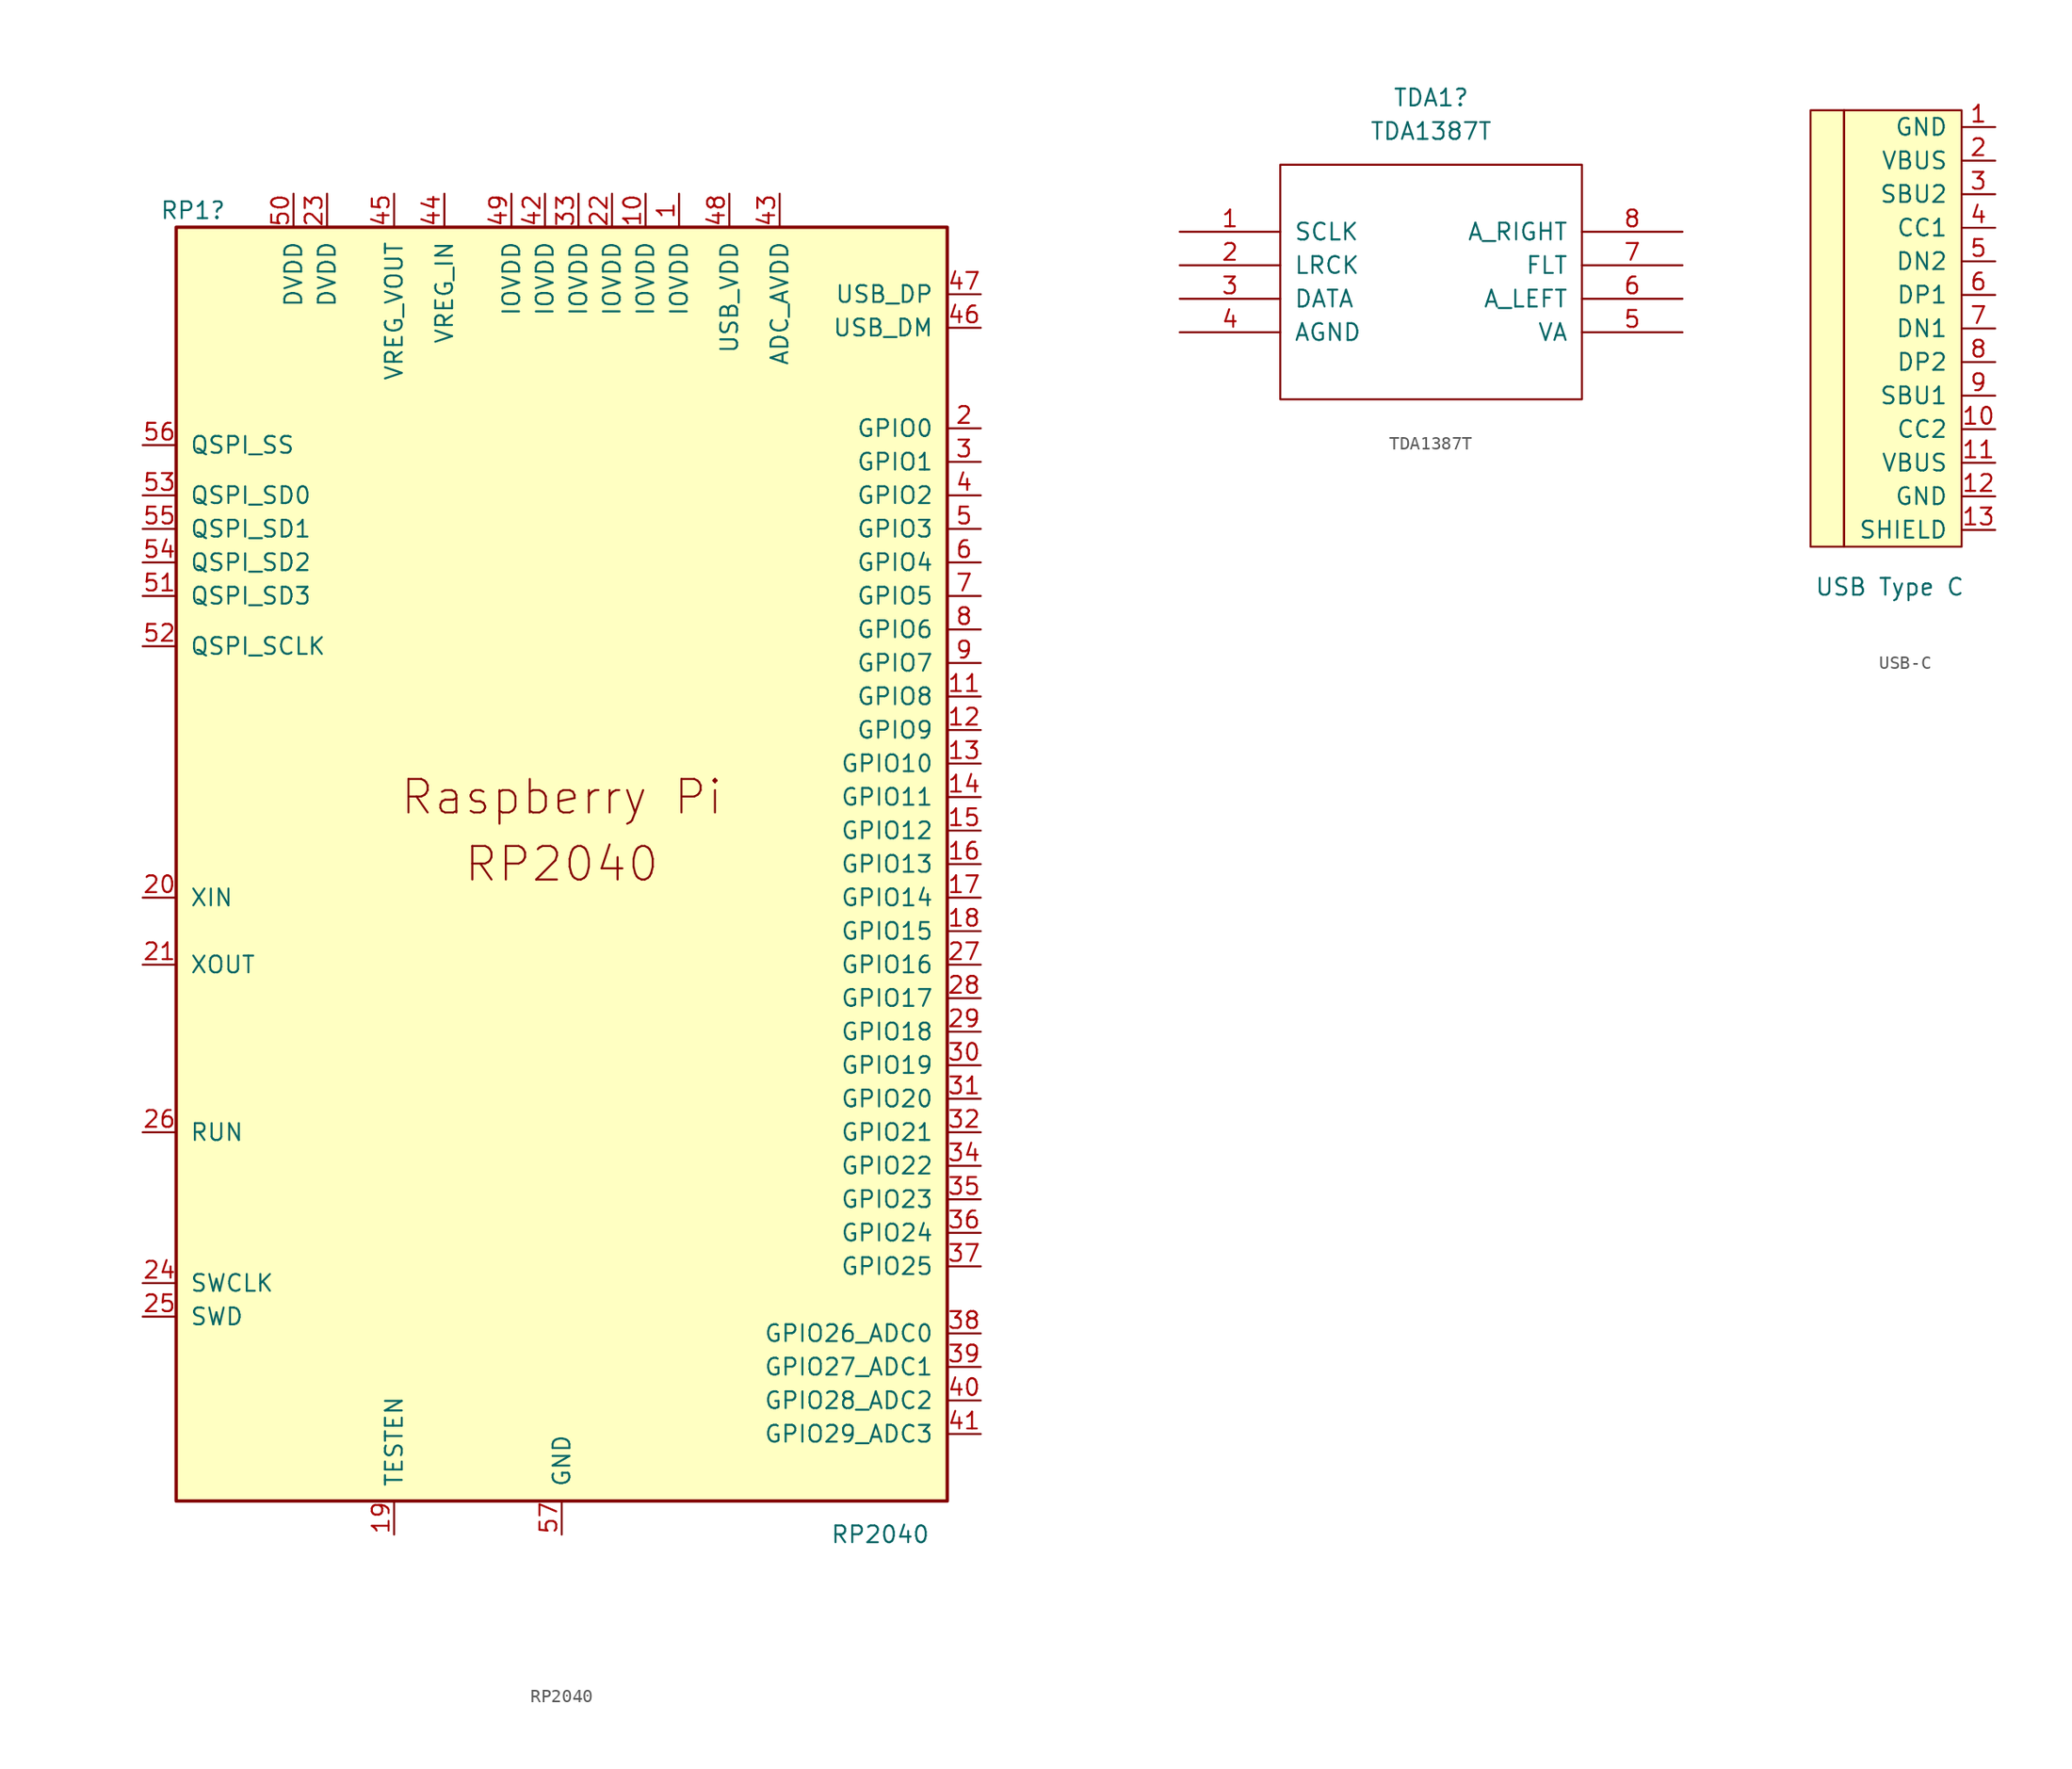
<source format=kicad_sym>
(kicad_symbol_lib
  (version 20231120)
  (generator "kicad_symbol_editor")
  (generator_version "8.0")
  (symbol "RP2040"
    (pin_names
      (offset 1.016))
    (property "Reference" "RP1"
      (at -27.94 49.53 0)
      (effects (font (size 1.27 1.27))))
    (property "Value" "RP2040"
      (at 24.13 -50.8 0)
      (effects (font (size 1.27 1.27))))
    (symbol "RP2040_0_0"
      (text "Raspberry Pi" (at 0 5.08 0) (effects (font (size 2.54 2.54))))
      (text "RP2040" (at 0 0 0) (effects (font (size 2.54 2.54)))))
    (symbol "RP2040_0_1"
      (rectangle (start 29.21 48.26) (end -29.21 -48.26) (stroke (width 0.254) (type solid)) (fill (type background))))
    (symbol "RP2040_1_1"
      (pin power_in line (at 8.89 50.8 270) (length 2.54) (name "IOVDD" (effects (font (size 1.27 1.27)))) (number "1" (effects (font (size 1.27 1.27)))))
      (pin power_in line (at 6.35 50.8 270) (length 2.54) (name "IOVDD" (effects (font (size 1.27 1.27)))) (number "10" (effects (font (size 1.27 1.27)))))
      (pin bidirectional line (at 31.75 12.7 180) (length 2.54) (name "GPIO8" (effects (font (size 1.27 1.27)))) (number "11" (effects (font (size 1.27 1.27)))))
      (pin bidirectional line (at 31.75 10.16 180) (length 2.54) (name "GPIO9" (effects (font (size 1.27 1.27)))) (number "12" (effects (font (size 1.27 1.27)))))
      (pin bidirectional line (at 31.75 7.62 180) (length 2.54) (name "GPIO10" (effects (font (size 1.27 1.27)))) (number "13" (effects (font (size 1.27 1.27)))))
      (pin bidirectional line (at 31.75 5.08 180) (length 2.54) (name "GPIO11" (effects (font (size 1.27 1.27)))) (number "14" (effects (font (size 1.27 1.27)))))
      (pin bidirectional line (at 31.75 2.54 180) (length 2.54) (name "GPIO12" (effects (font (size 1.27 1.27)))) (number "15" (effects (font (size 1.27 1.27)))))
      (pin bidirectional line (at 31.75 0 180) (length 2.54) (name "GPIO13" (effects (font (size 1.27 1.27)))) (number "16" (effects (font (size 1.27 1.27)))))
      (pin bidirectional line (at 31.75 -2.54 180) (length 2.54) (name "GPIO14" (effects (font (size 1.27 1.27)))) (number "17" (effects (font (size 1.27 1.27)))))
      (pin bidirectional line (at 31.75 -5.08 180) (length 2.54) (name "GPIO15" (effects (font (size 1.27 1.27)))) (number "18" (effects (font (size 1.27 1.27)))))
      (pin passive line (at -12.7 -50.8 90) (length 2.54) (name "TESTEN" (effects (font (size 1.27 1.27)))) (number "19" (effects (font (size 1.27 1.27)))))
      (pin bidirectional line (at 31.75 33.02 180) (length 2.54) (name "GPIO0" (effects (font (size 1.27 1.27)))) (number "2" (effects (font (size 1.27 1.27)))))
      (pin input line (at -31.75 -2.54 0) (length 2.54) (name "XIN" (effects (font (size 1.27 1.27)))) (number "20" (effects (font (size 1.27 1.27)))))
      (pin passive line (at -31.75 -7.62 0) (length 2.54) (name "XOUT" (effects (font (size 1.27 1.27)))) (number "21" (effects (font (size 1.27 1.27)))))
      (pin power_in line (at 3.81 50.8 270) (length 2.54) (name "IOVDD" (effects (font (size 1.27 1.27)))) (number "22" (effects (font (size 1.27 1.27)))))
      (pin power_in line (at -17.78 50.8 270) (length 2.54) (name "DVDD" (effects (font (size 1.27 1.27)))) (number "23" (effects (font (size 1.27 1.27)))))
      (pin output line (at -31.75 -31.75 0) (length 2.54) (name "SWCLK" (effects (font (size 1.27 1.27)))) (number "24" (effects (font (size 1.27 1.27)))))
      (pin bidirectional line (at -31.75 -34.29 0) (length 2.54) (name "SWD" (effects (font (size 1.27 1.27)))) (number "25" (effects (font (size 1.27 1.27)))))
      (pin input line (at -31.75 -20.32 0) (length 2.54) (name "RUN" (effects (font (size 1.27 1.27)))) (number "26" (effects (font (size 1.27 1.27)))))
      (pin bidirectional line (at 31.75 -7.62 180) (length 2.54) (name "GPIO16" (effects (font (size 1.27 1.27)))) (number "27" (effects (font (size 1.27 1.27)))))
      (pin bidirectional line (at 31.75 -10.16 180) (length 2.54) (name "GPIO17" (effects (font (size 1.27 1.27)))) (number "28" (effects (font (size 1.27 1.27)))))
      (pin bidirectional line (at 31.75 -12.7 180) (length 2.54) (name "GPIO18" (effects (font (size 1.27 1.27)))) (number "29" (effects (font (size 1.27 1.27)))))
      (pin bidirectional line (at 31.75 30.48 180) (length 2.54) (name "GPIO1" (effects (font (size 1.27 1.27)))) (number "3" (effects (font (size 1.27 1.27)))))
      (pin bidirectional line (at 31.75 -15.24 180) (length 2.54) (name "GPIO19" (effects (font (size 1.27 1.27)))) (number "30" (effects (font (size 1.27 1.27)))))
      (pin bidirectional line (at 31.75 -17.78 180) (length 2.54) (name "GPIO20" (effects (font (size 1.27 1.27)))) (number "31" (effects (font (size 1.27 1.27)))))
      (pin bidirectional line (at 31.75 -20.32 180) (length 2.54) (name "GPIO21" (effects (font (size 1.27 1.27)))) (number "32" (effects (font (size 1.27 1.27)))))
      (pin power_in line (at 1.27 50.8 270) (length 2.54) (name "IOVDD" (effects (font (size 1.27 1.27)))) (number "33" (effects (font (size 1.27 1.27)))))
      (pin bidirectional line (at 31.75 -22.86 180) (length 2.54) (name "GPIO22" (effects (font (size 1.27 1.27)))) (number "34" (effects (font (size 1.27 1.27)))))
      (pin bidirectional line (at 31.75 -25.4 180) (length 2.54) (name "GPIO23" (effects (font (size 1.27 1.27)))) (number "35" (effects (font (size 1.27 1.27)))))
      (pin bidirectional line (at 31.75 -27.94 180) (length 2.54) (name "GPIO24" (effects (font (size 1.27 1.27)))) (number "36" (effects (font (size 1.27 1.27)))))
      (pin bidirectional line (at 31.75 -30.48 180) (length 2.54) (name "GPIO25" (effects (font (size 1.27 1.27)))) (number "37" (effects (font (size 1.27 1.27)))))
      (pin bidirectional line (at 31.75 -35.56 180) (length 2.54) (name "GPIO26_ADC0" (effects (font (size 1.27 1.27)))) (number "38" (effects (font (size 1.27 1.27)))))
      (pin bidirectional line (at 31.75 -38.1 180) (length 2.54) (name "GPIO27_ADC1" (effects (font (size 1.27 1.27)))) (number "39" (effects (font (size 1.27 1.27)))))
      (pin bidirectional line (at 31.75 27.94 180) (length 2.54) (name "GPIO2" (effects (font (size 1.27 1.27)))) (number "4" (effects (font (size 1.27 1.27)))))
      (pin bidirectional line (at 31.75 -40.64 180) (length 2.54) (name "GPIO28_ADC2" (effects (font (size 1.27 1.27)))) (number "40" (effects (font (size 1.27 1.27)))))
      (pin bidirectional line (at 31.75 -43.18 180) (length 2.54) (name "GPIO29_ADC3" (effects (font (size 1.27 1.27)))) (number "41" (effects (font (size 1.27 1.27)))))
      (pin power_in line (at -1.27 50.8 270) (length 2.54) (name "IOVDD" (effects (font (size 1.27 1.27)))) (number "42" (effects (font (size 1.27 1.27)))))
      (pin power_in line (at 16.51 50.8 270) (length 2.54) (name "ADC_AVDD" (effects (font (size 1.27 1.27)))) (number "43" (effects (font (size 1.27 1.27)))))
      (pin power_in line (at -8.89 50.8 270) (length 2.54) (name "VREG_IN" (effects (font (size 1.27 1.27)))) (number "44" (effects (font (size 1.27 1.27)))))
      (pin power_out line (at -12.7 50.8 270) (length 2.54) (name "VREG_VOUT" (effects (font (size 1.27 1.27)))) (number "45" (effects (font (size 1.27 1.27)))))
      (pin bidirectional line (at 31.75 40.64 180) (length 2.54) (name "USB_DM" (effects (font (size 1.27 1.27)))) (number "46" (effects (font (size 1.27 1.27)))))
      (pin bidirectional line (at 31.75 43.18 180) (length 2.54) (name "USB_DP" (effects (font (size 1.27 1.27)))) (number "47" (effects (font (size 1.27 1.27)))))
      (pin power_in line (at 12.7 50.8 270) (length 2.54) (name "USB_VDD" (effects (font (size 1.27 1.27)))) (number "48" (effects (font (size 1.27 1.27)))))
      (pin power_in line (at -3.81 50.8 270) (length 2.54) (name "IOVDD" (effects (font (size 1.27 1.27)))) (number "49" (effects (font (size 1.27 1.27)))))
      (pin bidirectional line (at 31.75 25.4 180) (length 2.54) (name "GPIO3" (effects (font (size 1.27 1.27)))) (number "5" (effects (font (size 1.27 1.27)))))
      (pin power_in line (at -20.32 50.8 270) (length 2.54) (name "DVDD" (effects (font (size 1.27 1.27)))) (number "50" (effects (font (size 1.27 1.27)))))
      (pin bidirectional line (at -31.75 20.32 0) (length 2.54) (name "QSPI_SD3" (effects (font (size 1.27 1.27)))) (number "51" (effects (font (size 1.27 1.27)))))
      (pin output line (at -31.75 16.51 0) (length 2.54) (name "QSPI_SCLK" (effects (font (size 1.27 1.27)))) (number "52" (effects (font (size 1.27 1.27)))))
      (pin bidirectional line (at -31.75 27.94 0) (length 2.54) (name "QSPI_SD0" (effects (font (size 1.27 1.27)))) (number "53" (effects (font (size 1.27 1.27)))))
      (pin bidirectional line (at -31.75 22.86 0) (length 2.54) (name "QSPI_SD2" (effects (font (size 1.27 1.27)))) (number "54" (effects (font (size 1.27 1.27)))))
      (pin bidirectional line (at -31.75 25.4 0) (length 2.54) (name "QSPI_SD1" (effects (font (size 1.27 1.27)))) (number "55" (effects (font (size 1.27 1.27)))))
      (pin bidirectional line (at -31.75 31.75 0) (length 2.54) (name "QSPI_SS" (effects (font (size 1.27 1.27)))) (number "56" (effects (font (size 1.27 1.27)))))
      (pin power_in line (at 0 -50.8 90) (length 2.54) (name "GND" (effects (font (size 1.27 1.27)))) (number "57" (effects (font (size 1.27 1.27)))))
      (pin bidirectional line (at 31.75 22.86 180) (length 2.54) (name "GPIO4" (effects (font (size 1.27 1.27)))) (number "6" (effects (font (size 1.27 1.27)))))
      (pin bidirectional line (at 31.75 20.32 180) (length 2.54) (name "GPIO5" (effects (font (size 1.27 1.27)))) (number "7" (effects (font (size 1.27 1.27)))))
      (pin bidirectional line (at 31.75 17.78 180) (length 2.54) (name "GPIO6" (effects (font (size 1.27 1.27)))) (number "8" (effects (font (size 1.27 1.27)))))
      (pin bidirectional line (at 31.75 15.24 180) (length 2.54) (name "GPIO7" (effects (font (size 1.27 1.27)))) (number "9" (effects (font (size 1.27 1.27)))))))
  (symbol "TDA1387T"
    (pin_names
      (offset 1.016))
    (property "Reference" "TDA1"
      (at 0 13.97 0)
      (effects (font (size 1.27 1.27))))
    (property "Value" "TDA1387T"
      (at 0 11.43 0)
      (effects (font (size 1.27 1.27))))
    (symbol "TDA1387T_1_0"
      (rectangle (start -11.43 -8.89) (end 11.43 8.89) (stroke (width 0) (type solid)) (fill (type none))))
    (symbol "TDA1387T_1_1"
      (pin input line (at -19.05 3.81 0) (length 7.62) (name "SCLK" (effects (font (size 1.27 1.27)))) (number "1" (effects (font (size 1.27 1.27)))))
      (pin input line (at -19.05 1.27 0) (length 7.62) (name "LRCK" (effects (font (size 1.27 1.27)))) (number "2" (effects (font (size 1.27 1.27)))))
      (pin input line (at -19.05 -1.27 0) (length 7.62) (name "DATA" (effects (font (size 1.27 1.27)))) (number "3" (effects (font (size 1.27 1.27)))))
      (pin input line (at -19.05 -3.81 0) (length 7.62) (name "AGND" (effects (font (size 1.27 1.27)))) (number "4" (effects (font (size 1.27 1.27)))))
      (pin input line (at 19.05 -3.81 180) (length 7.62) (name "VA" (effects (font (size 1.27 1.27)))) (number "5" (effects (font (size 1.27 1.27)))))
      (pin input line (at 19.05 -1.27 180) (length 7.62) (name "A_LEFT" (effects (font (size 1.27 1.27)))) (number "6" (effects (font (size 1.27 1.27)))))
      (pin input line (at 19.05 1.27 180) (length 7.62) (name "FLT" (effects (font (size 1.27 1.27)))) (number "7" (effects (font (size 1.27 1.27)))))
      (pin input line (at 19.05 3.81 180) (length 7.62) (name "A_RIGHT" (effects (font (size 1.27 1.27)))) (number "8" (effects (font (size 1.27 1.27)))))))
  (symbol "USB-C"
    (pin_names
      (offset 1.016))
    (property "Reference" "USB1"
      (at -6.35 10.16 0)
      (effects (font (size 1.27 1.27)) (justify right) (hide yes)))
    (property "Value" "USB Type C"
      (at 0.254 -20.828 0)
      (effects (font (size 1.27 1.27)) (justify right)))
    (symbol "USB-C_0_1"
      (rectangle (start -11.43 15.24) (end -8.89 -17.78) (stroke (width 0) (type default)) (fill (type background)))
      (rectangle (start 0 -17.78) (end -8.89 15.24) (stroke (width 0) (type default)) (fill (type background))))
    (symbol "USB-C_1_1"
      (pin input line (at 2.54 13.97 180) (length 2.54) (name "GND" (effects (font (size 1.27 1.27)))) (number "1" (effects (font (size 1.27 1.27)))))
      (pin input line (at 2.54 -8.89 180) (length 2.54) (name "CC2" (effects (font (size 1.27 1.27)))) (number "10" (effects (font (size 1.27 1.27)))))
      (pin input line (at 2.54 -11.43 180) (length 2.54) (name "VBUS" (effects (font (size 1.27 1.27)))) (number "11" (effects (font (size 1.27 1.27)))))
      (pin input line (at 2.54 -13.97 180) (length 2.54) (name "GND" (effects (font (size 1.27 1.27)))) (number "12" (effects (font (size 1.27 1.27)))))
      (pin input line (at 2.54 -16.51 180) (length 2.54) (name "SHIELD" (effects (font (size 1.27 1.27)))) (number "13" (effects (font (size 1.27 1.27)))))
      (pin input line (at 2.54 11.43 180) (length 2.54) (name "VBUS" (effects (font (size 1.27 1.27)))) (number "2" (effects (font (size 1.27 1.27)))))
      (pin input line (at 2.54 8.89 180) (length 2.54) (name "SBU2" (effects (font (size 1.27 1.27)))) (number "3" (effects (font (size 1.27 1.27)))))
      (pin input line (at 2.54 6.35 180) (length 2.54) (name "CC1" (effects (font (size 1.27 1.27)))) (number "4" (effects (font (size 1.27 1.27)))))
      (pin input line (at 2.54 3.81 180) (length 2.54) (name "DN2" (effects (font (size 1.27 1.27)))) (number "5" (effects (font (size 1.27 1.27)))))
      (pin input line (at 2.54 1.27 180) (length 2.54) (name "DP1" (effects (font (size 1.27 1.27)))) (number "6" (effects (font (size 1.27 1.27)))))
      (pin input line (at 2.54 -1.27 180) (length 2.54) (name "DN1" (effects (font (size 1.27 1.27)))) (number "7" (effects (font (size 1.27 1.27)))))
      (pin input line (at 2.54 -3.81 180) (length 2.54) (name "DP2" (effects (font (size 1.27 1.27)))) (number "8" (effects (font (size 1.27 1.27)))))
      (pin input line (at 2.54 -6.35 180) (length 2.54) (name "SBU1" (effects (font (size 1.27 1.27)))) (number "9" (effects (font (size 1.27 1.27))))))))
</source>
